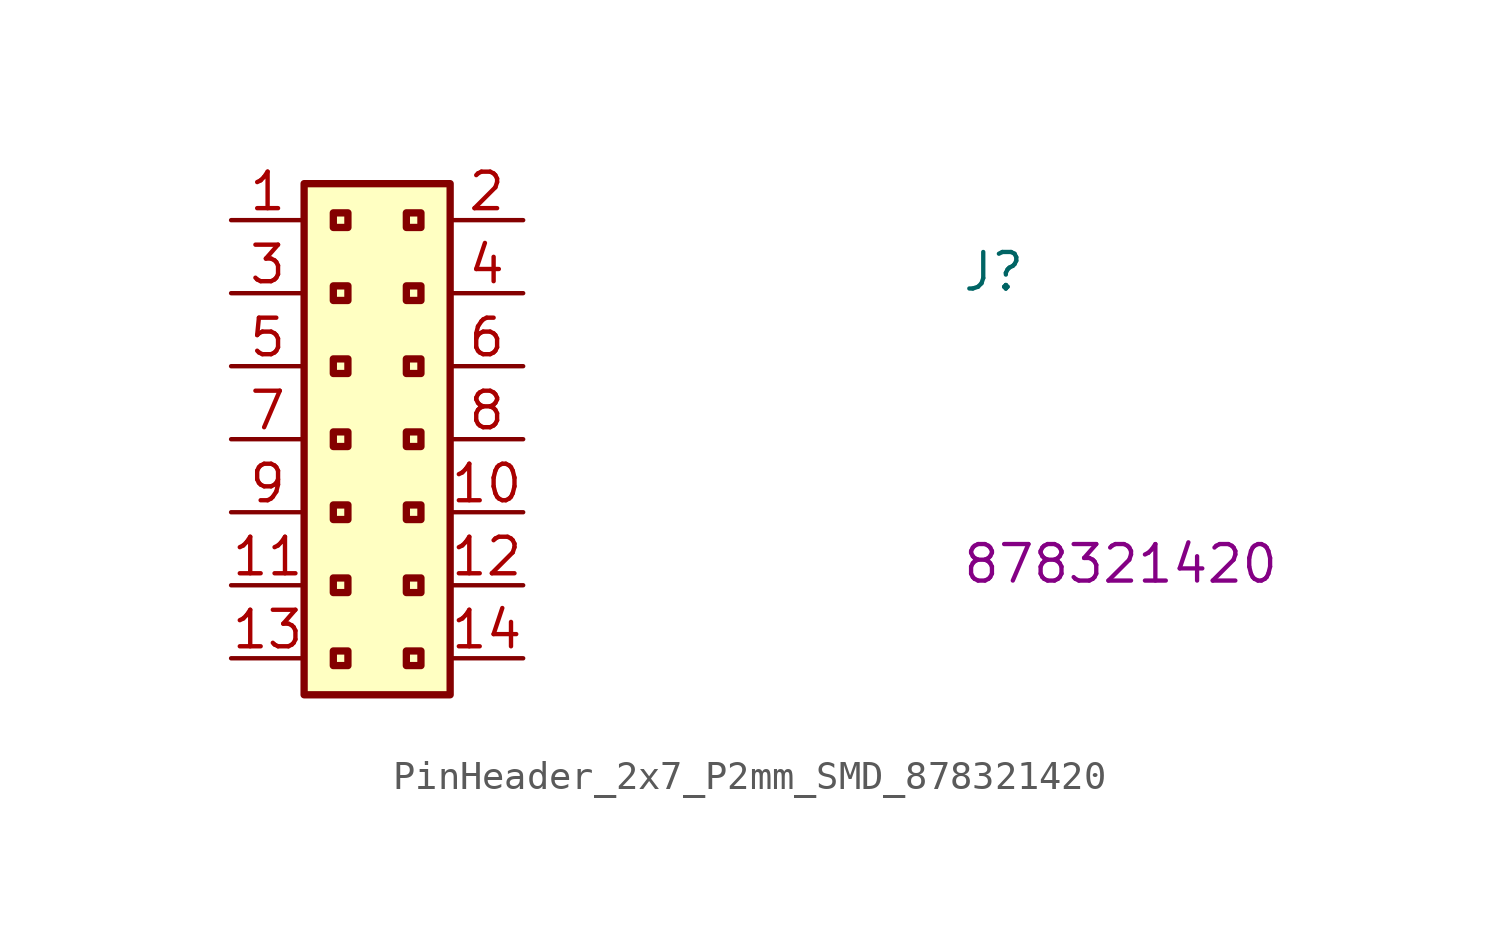
<source format=kicad_sym>
(kicad_symbol_lib
  (version 20220914)
  (generator kicad_symbol_editor)
  (symbol "PinHeader_2x7_P2mm_SMD_878321420"
    (property "Reference" "J"
      (at 25.4 -2.54 0)
      (effects (font (size 1.27 1.27) (thickness 0.15)) (justify left bottom)))
    (property "MPN" "878321420"
      (at 25.4 -12.7 0)
      (effects (font (size 1.27 1.27) (thickness 0.15)) (justify left bottom)))
    (symbol "PinHeader_2x7_P2mm_SMD_878321420_1_1"
      (rectangle (start 2.54 1.27) (end 7.62 -16.51) (stroke (width 0.254) (type default)) (fill (type background)))
      (rectangle (start 3.556 -14.986) (end 4.064 -15.494) (stroke (width 0.254) (type default)) (fill (type background)))
      (rectangle (start 3.556 -12.446) (end 4.064 -12.954) (stroke (width 0.254) (type default)) (fill (type background)))
      (rectangle (start 3.556 -9.906) (end 4.064 -10.414) (stroke (width 0.254) (type default)) (fill (type background)))
      (rectangle (start 3.556 -7.366) (end 4.064 -7.874) (stroke (width 0.254) (type default)) (fill (type background)))
      (rectangle (start 3.556 -4.826) (end 4.064 -5.334) (stroke (width 0.254) (type default)) (fill (type background)))
      (rectangle (start 3.556 -2.286) (end 4.064 -2.794) (stroke (width 0.254) (type default)) (fill (type background)))
      (rectangle (start 3.556 0.254) (end 4.064 -0.254) (stroke (width 0.254) (type default)) (fill (type background)))
      (rectangle (start 6.096 -14.986) (end 6.604 -15.494) (stroke (width 0.254) (type default)) (fill (type background)))
      (rectangle (start 6.096 -12.446) (end 6.604 -12.954) (stroke (width 0.254) (type default)) (fill (type background)))
      (rectangle (start 6.096 -9.906) (end 6.604 -10.414) (stroke (width 0.254) (type default)) (fill (type background)))
      (rectangle (start 6.096 -7.366) (end 6.604 -7.874) (stroke (width 0.254) (type default)) (fill (type background)))
      (rectangle (start 6.096 -4.826) (end 6.604 -5.334) (stroke (width 0.254) (type default)) (fill (type background)))
      (rectangle (start 6.096 -2.286) (end 6.604 -2.794) (stroke (width 0.254) (type default)) (fill (type background)))
      (rectangle (start 6.096 0.254) (end 6.604 -0.254) (stroke (width 0.254) (type default)) (fill (type background)))
      (pin passive line (at 0 0 0) (length 2.54) (name "~" (effects (font (size 1.27 1.27)))) (number "1" (effects (font (size 1.27 1.27)))))
      (pin passive line (at 10.16 -10.16 180) (length 2.54) (name "~" (effects (font (size 1.27 1.27)))) (number "10" (effects (font (size 1.27 1.27)))))
      (pin passive line (at 0 -12.7 0) (length 2.54) (name "~" (effects (font (size 1.27 1.27)))) (number "11" (effects (font (size 1.27 1.27)))))
      (pin passive line (at 10.16 -12.7 180) (length 2.54) (name "~" (effects (font (size 1.27 1.27)))) (number "12" (effects (font (size 1.27 1.27)))))
      (pin passive line (at 0 -15.24 0) (length 2.54) (name "~" (effects (font (size 1.27 1.27)))) (number "13" (effects (font (size 1.27 1.27)))))
      (pin passive line (at 10.16 -15.24 180) (length 2.54) (name "~" (effects (font (size 1.27 1.27)))) (number "14" (effects (font (size 1.27 1.27)))))
      (pin passive line (at 10.16 0 180) (length 2.54) (name "~" (effects (font (size 1.27 1.27)))) (number "2" (effects (font (size 1.27 1.27)))))
      (pin passive line (at 0 -2.54 0) (length 2.54) (name "~" (effects (font (size 1.27 1.27)))) (number "3" (effects (font (size 1.27 1.27)))))
      (pin passive line (at 10.16 -2.54 180) (length 2.54) (name "~" (effects (font (size 1.27 1.27)))) (number "4" (effects (font (size 1.27 1.27)))))
      (pin passive line (at 0 -5.08 0) (length 2.54) (name "~" (effects (font (size 1.27 1.27)))) (number "5" (effects (font (size 1.27 1.27)))))
      (pin passive line (at 10.16 -5.08 180) (length 2.54) (name "~" (effects (font (size 1.27 1.27)))) (number "6" (effects (font (size 1.27 1.27)))))
      (pin passive line (at 0 -7.62 0) (length 2.54) (name "~" (effects (font (size 1.27 1.27)))) (number "7" (effects (font (size 1.27 1.27)))))
      (pin passive line (at 10.16 -7.62 180) (length 2.54) (name "~" (effects (font (size 1.27 1.27)))) (number "8" (effects (font (size 1.27 1.27)))))
      (pin passive line (at 0 -10.16 0) (length 2.54) (name "~" (effects (font (size 1.27 1.27)))) (number "9" (effects (font (size 1.27 1.27))))))))
</source>
